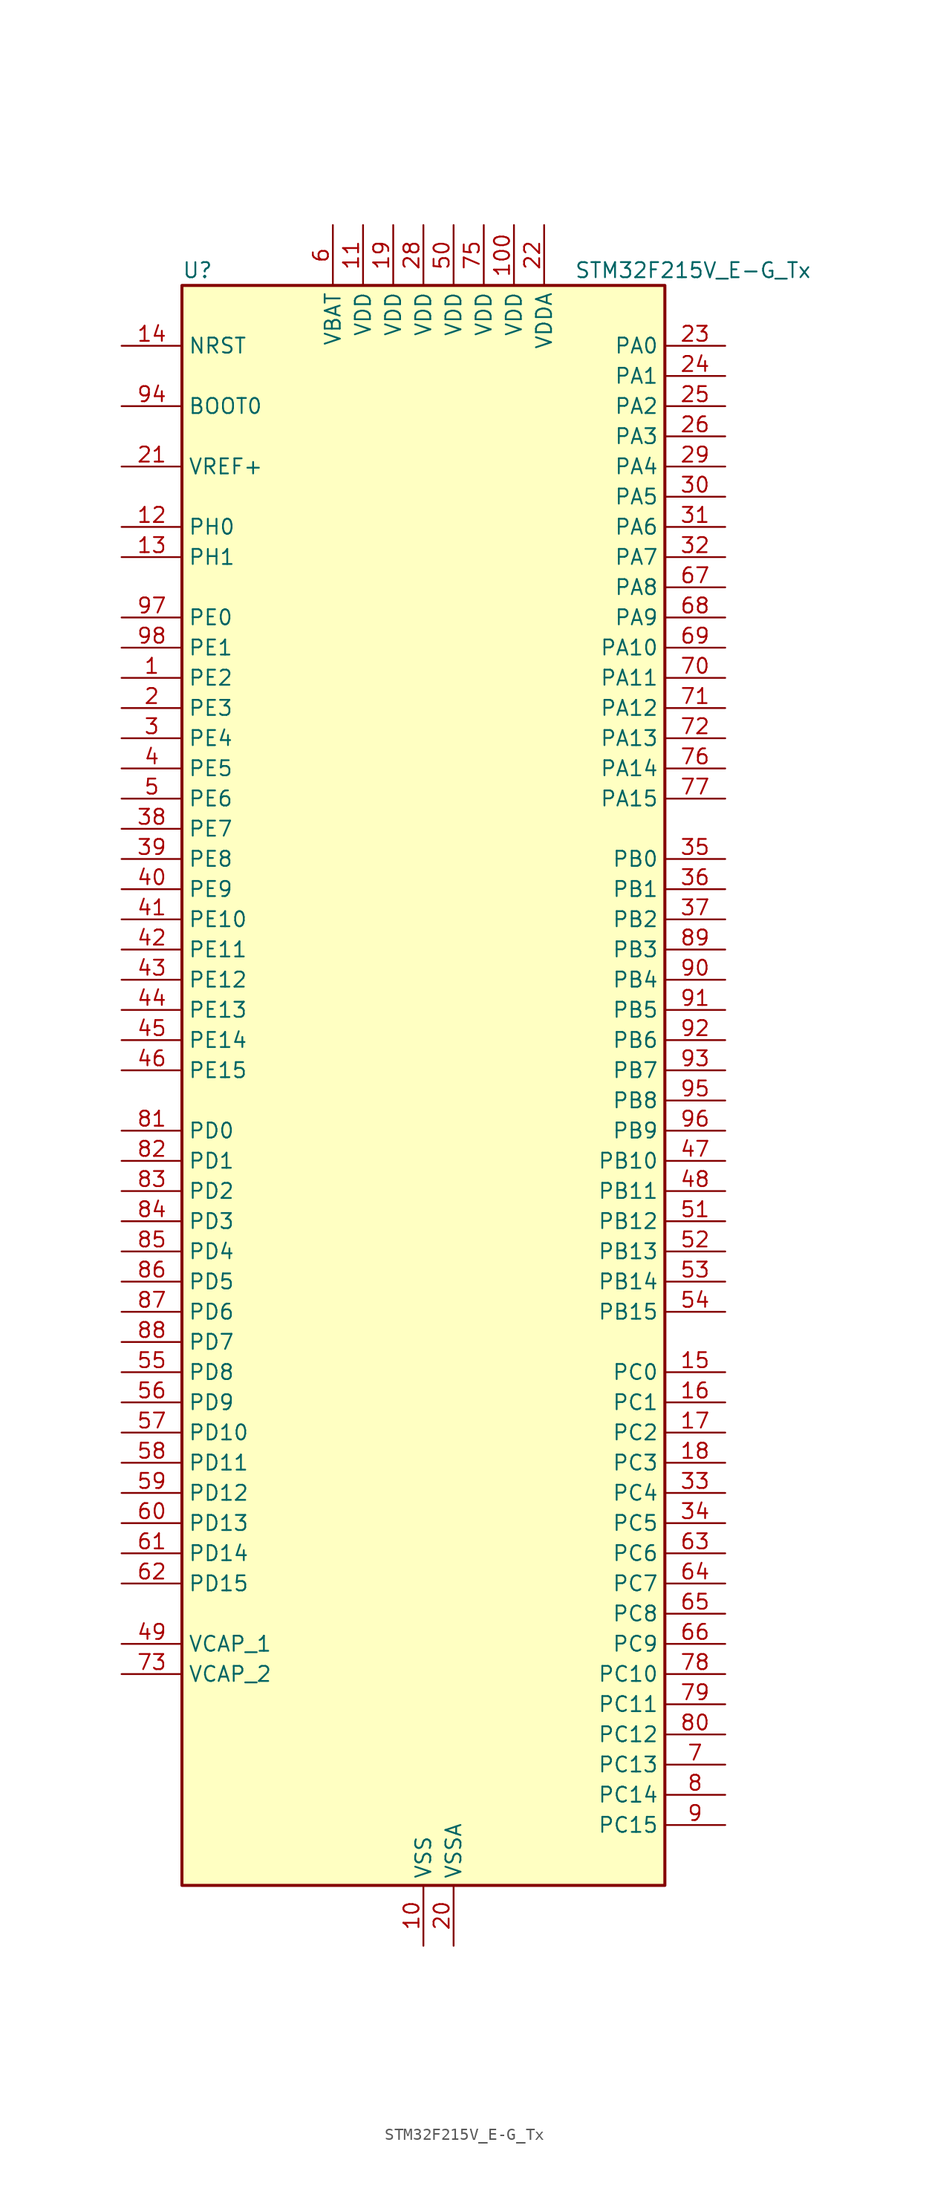
<source format=kicad_sym>
(kicad_symbol_lib
  (version 20241209)
  (generator "kicad_symbol_editor")
  (generator_version "9.0")
  (symbol "STM32F215V_E-G_Tx"
    (property "Reference" "U"
      (at -20.32 69.85 0)
      (effects (font (size 1.27 1.27)) (justify left)))
    (property "Value" "STM32F215V_E-G_Tx"
      (at 12.7 69.85 0)
      (effects (font (size 1.27 1.27)) (justify left)))
    (symbol "STM32F215V_E-G_Tx_0_1"
      (rectangle (start -20.32 -66.04) (end 20.32 68.58) (stroke (width 0.254) (type default)) (fill (type background))))
    (symbol "STM32F215V_E-G_Tx_1_1"
      (pin input line (at -25.4 63.5 0) (length 5.08) (name "NRST" (effects (font (size 1.27 1.27)))) (number "14" (effects (font (size 1.27 1.27)))))
      (pin input line (at -25.4 58.42 0) (length 5.08) (name "BOOT0" (effects (font (size 1.27 1.27)))) (number "94" (effects (font (size 1.27 1.27)))))
      (pin input line (at -25.4 53.34 0) (length 5.08) (name "VREF+" (effects (font (size 1.27 1.27)))) (number "21" (effects (font (size 1.27 1.27)))))
      (pin bidirectional line (at -25.4 48.26 0) (length 5.08) (name "PH0" (effects (font (size 1.27 1.27)))) (number "12" (effects (font (size 1.27 1.27)))) (alternate "RCC_OSC_IN" bidirectional line))
      (pin bidirectional line (at -25.4 45.72 0) (length 5.08) (name "PH1" (effects (font (size 1.27 1.27)))) (number "13" (effects (font (size 1.27 1.27)))) (alternate "RCC_OSC_OUT" bidirectional line))
      (pin bidirectional line (at -25.4 40.64 0) (length 5.08) (name "PE0" (effects (font (size 1.27 1.27)))) (number "97" (effects (font (size 1.27 1.27)))) (alternate "FSMC_NBL0" bidirectional line) (alternate "TIM4_ETR" bidirectional line))
      (pin bidirectional line (at -25.4 38.1 0) (length 5.08) (name "PE1" (effects (font (size 1.27 1.27)))) (number "98" (effects (font (size 1.27 1.27)))) (alternate "FSMC_NBL1" bidirectional line))
      (pin bidirectional line (at -25.4 35.56 0) (length 5.08) (name "PE2" (effects (font (size 1.27 1.27)))) (number "1" (effects (font (size 1.27 1.27)))) (alternate "FSMC_A23" bidirectional line) (alternate "SYS_TRACECLK" bidirectional line))
      (pin bidirectional line (at -25.4 33.02 0) (length 5.08) (name "PE3" (effects (font (size 1.27 1.27)))) (number "2" (effects (font (size 1.27 1.27)))) (alternate "FSMC_A19" bidirectional line) (alternate "SYS_TRACED0" bidirectional line))
      (pin bidirectional line (at -25.4 30.48 0) (length 5.08) (name "PE4" (effects (font (size 1.27 1.27)))) (number "3" (effects (font (size 1.27 1.27)))) (alternate "FSMC_A20" bidirectional line) (alternate "SYS_TRACED1" bidirectional line))
      (pin bidirectional line (at -25.4 27.94 0) (length 5.08) (name "PE5" (effects (font (size 1.27 1.27)))) (number "4" (effects (font (size 1.27 1.27)))) (alternate "FSMC_A21" bidirectional line) (alternate "SYS_TRACED2" bidirectional line) (alternate "TIM9_CH1" bidirectional line))
      (pin bidirectional line (at -25.4 25.4 0) (length 5.08) (name "PE6" (effects (font (size 1.27 1.27)))) (number "5" (effects (font (size 1.27 1.27)))) (alternate "FSMC_A22" bidirectional line) (alternate "SYS_TRACED3" bidirectional line) (alternate "TIM9_CH2" bidirectional line))
      (pin bidirectional line (at -25.4 22.86 0) (length 5.08) (name "PE7" (effects (font (size 1.27 1.27)))) (number "38" (effects (font (size 1.27 1.27)))) (alternate "FSMC_D4" bidirectional line) (alternate "FSMC_DA4" bidirectional line) (alternate "TIM1_ETR" bidirectional line))
      (pin bidirectional line (at -25.4 20.32 0) (length 5.08) (name "PE8" (effects (font (size 1.27 1.27)))) (number "39" (effects (font (size 1.27 1.27)))) (alternate "FSMC_D5" bidirectional line) (alternate "FSMC_DA5" bidirectional line) (alternate "TIM1_CH1N" bidirectional line))
      (pin bidirectional line (at -25.4 17.78 0) (length 5.08) (name "PE9" (effects (font (size 1.27 1.27)))) (number "40" (effects (font (size 1.27 1.27)))) (alternate "DAC_EXTI9" bidirectional line) (alternate "FSMC_D6" bidirectional line) (alternate "FSMC_DA6" bidirectional line) (alternate "TIM1_CH1" bidirectional line))
      (pin bidirectional line (at -25.4 15.24 0) (length 5.08) (name "PE10" (effects (font (size 1.27 1.27)))) (number "41" (effects (font (size 1.27 1.27)))) (alternate "FSMC_D7" bidirectional line) (alternate "FSMC_DA7" bidirectional line) (alternate "TIM1_CH2N" bidirectional line))
      (pin bidirectional line (at -25.4 12.7 0) (length 5.08) (name "PE11" (effects (font (size 1.27 1.27)))) (number "42" (effects (font (size 1.27 1.27)))) (alternate "ADC1_EXTI11" bidirectional line) (alternate "ADC2_EXTI11" bidirectional line) (alternate "ADC3_EXTI11" bidirectional line) (alternate "FSMC_D8" bidirectional line) (alternate "FSMC_DA8" bidirectional line) (alternate "TIM1_CH2" bidirectional line))
      (pin bidirectional line (at -25.4 10.16 0) (length 5.08) (name "PE12" (effects (font (size 1.27 1.27)))) (number "43" (effects (font (size 1.27 1.27)))) (alternate "FSMC_D9" bidirectional line) (alternate "FSMC_DA9" bidirectional line) (alternate "TIM1_CH3N" bidirectional line))
      (pin bidirectional line (at -25.4 7.62 0) (length 5.08) (name "PE13" (effects (font (size 1.27 1.27)))) (number "44" (effects (font (size 1.27 1.27)))) (alternate "FSMC_D10" bidirectional line) (alternate "FSMC_DA10" bidirectional line) (alternate "TIM1_CH3" bidirectional line))
      (pin bidirectional line (at -25.4 5.08 0) (length 5.08) (name "PE14" (effects (font (size 1.27 1.27)))) (number "45" (effects (font (size 1.27 1.27)))) (alternate "FSMC_D11" bidirectional line) (alternate "FSMC_DA11" bidirectional line) (alternate "TIM1_CH4" bidirectional line))
      (pin bidirectional line (at -25.4 2.54 0) (length 5.08) (name "PE15" (effects (font (size 1.27 1.27)))) (number "46" (effects (font (size 1.27 1.27)))) (alternate "ADC1_EXTI15" bidirectional line) (alternate "ADC2_EXTI15" bidirectional line) (alternate "ADC3_EXTI15" bidirectional line) (alternate "FSMC_D12" bidirectional line) (alternate "FSMC_DA12" bidirectional line) (alternate "TIM1_BKIN" bidirectional line))
      (pin bidirectional line (at -25.4 -2.54 0) (length 5.08) (name "PD0" (effects (font (size 1.27 1.27)))) (number "81" (effects (font (size 1.27 1.27)))) (alternate "CAN1_RX" bidirectional line) (alternate "FSMC_D2" bidirectional line) (alternate "FSMC_DA2" bidirectional line))
      (pin bidirectional line (at -25.4 -5.08 0) (length 5.08) (name "PD1" (effects (font (size 1.27 1.27)))) (number "82" (effects (font (size 1.27 1.27)))) (alternate "CAN1_TX" bidirectional line) (alternate "FSMC_D3" bidirectional line) (alternate "FSMC_DA3" bidirectional line))
      (pin bidirectional line (at -25.4 -7.62 0) (length 5.08) (name "PD2" (effects (font (size 1.27 1.27)))) (number "83" (effects (font (size 1.27 1.27)))) (alternate "SDIO_CMD" bidirectional line) (alternate "TIM3_ETR" bidirectional line) (alternate "UART5_RX" bidirectional line))
      (pin bidirectional line (at -25.4 -10.16 0) (length 5.08) (name "PD3" (effects (font (size 1.27 1.27)))) (number "84" (effects (font (size 1.27 1.27)))) (alternate "FSMC_CLK" bidirectional line) (alternate "USART2_CTS" bidirectional line))
      (pin bidirectional line (at -25.4 -12.7 0) (length 5.08) (name "PD4" (effects (font (size 1.27 1.27)))) (number "85" (effects (font (size 1.27 1.27)))) (alternate "FSMC_NOE" bidirectional line) (alternate "USART2_RTS" bidirectional line))
      (pin bidirectional line (at -25.4 -15.24 0) (length 5.08) (name "PD5" (effects (font (size 1.27 1.27)))) (number "86" (effects (font (size 1.27 1.27)))) (alternate "FSMC_NWE" bidirectional line) (alternate "USART2_TX" bidirectional line))
      (pin bidirectional line (at -25.4 -17.78 0) (length 5.08) (name "PD6" (effects (font (size 1.27 1.27)))) (number "87" (effects (font (size 1.27 1.27)))) (alternate "FSMC_NWAIT" bidirectional line) (alternate "USART2_RX" bidirectional line))
      (pin bidirectional line (at -25.4 -20.32 0) (length 5.08) (name "PD7" (effects (font (size 1.27 1.27)))) (number "88" (effects (font (size 1.27 1.27)))) (alternate "FSMC_NCE2" bidirectional line) (alternate "FSMC_NE1" bidirectional line) (alternate "USART2_CK" bidirectional line))
      (pin bidirectional line (at -25.4 -22.86 0) (length 5.08) (name "PD8" (effects (font (size 1.27 1.27)))) (number "55" (effects (font (size 1.27 1.27)))) (alternate "FSMC_D13" bidirectional line) (alternate "FSMC_DA13" bidirectional line) (alternate "USART3_TX" bidirectional line))
      (pin bidirectional line (at -25.4 -25.4 0) (length 5.08) (name "PD9" (effects (font (size 1.27 1.27)))) (number "56" (effects (font (size 1.27 1.27)))) (alternate "DAC_EXTI9" bidirectional line) (alternate "FSMC_D14" bidirectional line) (alternate "FSMC_DA14" bidirectional line) (alternate "USART3_RX" bidirectional line))
      (pin bidirectional line (at -25.4 -27.94 0) (length 5.08) (name "PD10" (effects (font (size 1.27 1.27)))) (number "57" (effects (font (size 1.27 1.27)))) (alternate "FSMC_D15" bidirectional line) (alternate "FSMC_DA15" bidirectional line) (alternate "USART3_CK" bidirectional line))
      (pin bidirectional line (at -25.4 -30.48 0) (length 5.08) (name "PD11" (effects (font (size 1.27 1.27)))) (number "58" (effects (font (size 1.27 1.27)))) (alternate "ADC1_EXTI11" bidirectional line) (alternate "ADC2_EXTI11" bidirectional line) (alternate "ADC3_EXTI11" bidirectional line) (alternate "FSMC_A16" bidirectional line) (alternate "FSMC_CLE" bidirectional line) (alternate "USART3_CTS" bidirectional line))
      (pin bidirectional line (at -25.4 -33.02 0) (length 5.08) (name "PD12" (effects (font (size 1.27 1.27)))) (number "59" (effects (font (size 1.27 1.27)))) (alternate "FSMC_A17" bidirectional line) (alternate "FSMC_ALE" bidirectional line) (alternate "TIM4_CH1" bidirectional line) (alternate "USART3_RTS" bidirectional line))
      (pin bidirectional line (at -25.4 -35.56 0) (length 5.08) (name "PD13" (effects (font (size 1.27 1.27)))) (number "60" (effects (font (size 1.27 1.27)))) (alternate "FSMC_A18" bidirectional line) (alternate "TIM4_CH2" bidirectional line))
      (pin bidirectional line (at -25.4 -38.1 0) (length 5.08) (name "PD14" (effects (font (size 1.27 1.27)))) (number "61" (effects (font (size 1.27 1.27)))) (alternate "FSMC_D0" bidirectional line) (alternate "FSMC_DA0" bidirectional line) (alternate "TIM4_CH3" bidirectional line))
      (pin bidirectional line (at -25.4 -40.64 0) (length 5.08) (name "PD15" (effects (font (size 1.27 1.27)))) (number "62" (effects (font (size 1.27 1.27)))) (alternate "ADC1_EXTI15" bidirectional line) (alternate "ADC2_EXTI15" bidirectional line) (alternate "ADC3_EXTI15" bidirectional line) (alternate "FSMC_D1" bidirectional line) (alternate "FSMC_DA1" bidirectional line) (alternate "TIM4_CH4" bidirectional line))
      (pin power_out line (at -25.4 -45.72 0) (length 5.08) (name "VCAP_1" (effects (font (size 1.27 1.27)))) (number "49" (effects (font (size 1.27 1.27)))))
      (pin power_out line (at -25.4 -48.26 0) (length 5.08) (name "VCAP_2" (effects (font (size 1.27 1.27)))) (number "73" (effects (font (size 1.27 1.27)))))
      (pin no_connect line (at -20.32 -66.04 0) (length 5.08) (hide yes) (name "RFU" (effects (font (size 1.27 1.27)))) (number "99" (effects (font (size 1.27 1.27)))))
      (pin power_in line (at -7.62 73.66 270) (length 5.08) (name "VBAT" (effects (font (size 1.27 1.27)))) (number "6" (effects (font (size 1.27 1.27)))))
      (pin power_in line (at -5.08 73.66 270) (length 5.08) (name "VDD" (effects (font (size 1.27 1.27)))) (number "11" (effects (font (size 1.27 1.27)))))
      (pin power_in line (at -2.54 73.66 270) (length 5.08) (name "VDD" (effects (font (size 1.27 1.27)))) (number "19" (effects (font (size 1.27 1.27)))))
      (pin power_in line (at 0 73.66 270) (length 5.08) (name "VDD" (effects (font (size 1.27 1.27)))) (number "28" (effects (font (size 1.27 1.27)))))
      (pin power_in line (at 0 -71.12 90) (length 5.08) (name "VSS" (effects (font (size 1.27 1.27)))) (number "10" (effects (font (size 1.27 1.27)))))
      (pin passive line (at 0 -71.12 90) (length 5.08) (hide yes) (name "VSS" (effects (font (size 1.27 1.27)))) (number "27" (effects (font (size 1.27 1.27)))))
      (pin passive line (at 0 -71.12 90) (length 5.08) (hide yes) (name "VSS" (effects (font (size 1.27 1.27)))) (number "74" (effects (font (size 1.27 1.27)))))
      (pin power_in line (at 2.54 73.66 270) (length 5.08) (name "VDD" (effects (font (size 1.27 1.27)))) (number "50" (effects (font (size 1.27 1.27)))))
      (pin power_in line (at 2.54 -71.12 90) (length 5.08) (name "VSSA" (effects (font (size 1.27 1.27)))) (number "20" (effects (font (size 1.27 1.27)))))
      (pin power_in line (at 5.08 73.66 270) (length 5.08) (name "VDD" (effects (font (size 1.27 1.27)))) (number "75" (effects (font (size 1.27 1.27)))))
      (pin power_in line (at 7.62 73.66 270) (length 5.08) (name "VDD" (effects (font (size 1.27 1.27)))) (number "100" (effects (font (size 1.27 1.27)))))
      (pin power_in line (at 10.16 73.66 270) (length 5.08) (name "VDDA" (effects (font (size 1.27 1.27)))) (number "22" (effects (font (size 1.27 1.27)))))
      (pin bidirectional line (at 25.4 63.5 180) (length 5.08) (name "PA0" (effects (font (size 1.27 1.27)))) (number "23" (effects (font (size 1.27 1.27)))) (alternate "ADC1_IN0" bidirectional line) (alternate "ADC2_IN0" bidirectional line) (alternate "ADC3_IN0" bidirectional line) (alternate "SYS_WKUP" bidirectional line) (alternate "TIM2_CH1" bidirectional line) (alternate "TIM2_ETR" bidirectional line) (alternate "TIM5_CH1" bidirectional line) (alternate "TIM8_ETR" bidirectional line) (alternate "UART4_TX" bidirectional line) (alternate "USART2_CTS" bidirectional line))
      (pin bidirectional line (at 25.4 60.96 180) (length 5.08) (name "PA1" (effects (font (size 1.27 1.27)))) (number "24" (effects (font (size 1.27 1.27)))) (alternate "ADC1_IN1" bidirectional line) (alternate "ADC2_IN1" bidirectional line) (alternate "ADC3_IN1" bidirectional line) (alternate "TIM2_CH2" bidirectional line) (alternate "TIM5_CH2" bidirectional line) (alternate "UART4_RX" bidirectional line) (alternate "USART2_RTS" bidirectional line))
      (pin bidirectional line (at 25.4 58.42 180) (length 5.08) (name "PA2" (effects (font (size 1.27 1.27)))) (number "25" (effects (font (size 1.27 1.27)))) (alternate "ADC1_IN2" bidirectional line) (alternate "ADC2_IN2" bidirectional line) (alternate "ADC3_IN2" bidirectional line) (alternate "TIM2_CH3" bidirectional line) (alternate "TIM5_CH3" bidirectional line) (alternate "TIM9_CH1" bidirectional line) (alternate "USART2_TX" bidirectional line))
      (pin bidirectional line (at 25.4 55.88 180) (length 5.08) (name "PA3" (effects (font (size 1.27 1.27)))) (number "26" (effects (font (size 1.27 1.27)))) (alternate "ADC1_IN3" bidirectional line) (alternate "ADC2_IN3" bidirectional line) (alternate "ADC3_IN3" bidirectional line) (alternate "TIM2_CH4" bidirectional line) (alternate "TIM5_CH4" bidirectional line) (alternate "TIM9_CH2" bidirectional line) (alternate "USART2_RX" bidirectional line) (alternate "USB_OTG_HS_ULPI_D0" bidirectional line))
      (pin bidirectional line (at 25.4 53.34 180) (length 5.08) (name "PA4" (effects (font (size 1.27 1.27)))) (number "29" (effects (font (size 1.27 1.27)))) (alternate "ADC1_IN4" bidirectional line) (alternate "ADC2_IN4" bidirectional line) (alternate "DAC_OUT1" bidirectional line) (alternate "I2S3_WS" bidirectional line) (alternate "SPI1_NSS" bidirectional line) (alternate "SPI3_NSS" bidirectional line) (alternate "USART2_CK" bidirectional line) (alternate "USB_OTG_HS_SOF" bidirectional line))
      (pin bidirectional line (at 25.4 50.8 180) (length 5.08) (name "PA5" (effects (font (size 1.27 1.27)))) (number "30" (effects (font (size 1.27 1.27)))) (alternate "ADC1_IN5" bidirectional line) (alternate "ADC2_IN5" bidirectional line) (alternate "DAC_OUT2" bidirectional line) (alternate "SPI1_SCK" bidirectional line) (alternate "TIM2_CH1" bidirectional line) (alternate "TIM2_ETR" bidirectional line) (alternate "TIM8_CH1N" bidirectional line) (alternate "USB_OTG_HS_ULPI_CK" bidirectional line))
      (pin bidirectional line (at 25.4 48.26 180) (length 5.08) (name "PA6" (effects (font (size 1.27 1.27)))) (number "31" (effects (font (size 1.27 1.27)))) (alternate "ADC1_IN6" bidirectional line) (alternate "ADC2_IN6" bidirectional line) (alternate "SPI1_MISO" bidirectional line) (alternate "TIM13_CH1" bidirectional line) (alternate "TIM1_BKIN" bidirectional line) (alternate "TIM3_CH1" bidirectional line) (alternate "TIM8_BKIN" bidirectional line))
      (pin bidirectional line (at 25.4 45.72 180) (length 5.08) (name "PA7" (effects (font (size 1.27 1.27)))) (number "32" (effects (font (size 1.27 1.27)))) (alternate "ADC1_IN7" bidirectional line) (alternate "ADC2_IN7" bidirectional line) (alternate "SPI1_MOSI" bidirectional line) (alternate "TIM14_CH1" bidirectional line) (alternate "TIM1_CH1N" bidirectional line) (alternate "TIM3_CH2" bidirectional line) (alternate "TIM8_CH1N" bidirectional line))
      (pin bidirectional line (at 25.4 43.18 180) (length 5.08) (name "PA8" (effects (font (size 1.27 1.27)))) (number "67" (effects (font (size 1.27 1.27)))) (alternate "I2C3_SCL" bidirectional line) (alternate "RCC_MCO_1" bidirectional line) (alternate "TIM1_CH1" bidirectional line) (alternate "USART1_CK" bidirectional line) (alternate "USB_OTG_FS_SOF" bidirectional line))
      (pin bidirectional line (at 25.4 40.64 180) (length 5.08) (name "PA9" (effects (font (size 1.27 1.27)))) (number "68" (effects (font (size 1.27 1.27)))) (alternate "DAC_EXTI9" bidirectional line) (alternate "I2C3_SMBA" bidirectional line) (alternate "TIM1_CH2" bidirectional line) (alternate "USART1_TX" bidirectional line) (alternate "USB_OTG_FS_VBUS" bidirectional line))
      (pin bidirectional line (at 25.4 38.1 180) (length 5.08) (name "PA10" (effects (font (size 1.27 1.27)))) (number "69" (effects (font (size 1.27 1.27)))) (alternate "TIM1_CH3" bidirectional line) (alternate "USART1_RX" bidirectional line) (alternate "USB_OTG_FS_ID" bidirectional line))
      (pin bidirectional line (at 25.4 35.56 180) (length 5.08) (name "PA11" (effects (font (size 1.27 1.27)))) (number "70" (effects (font (size 1.27 1.27)))) (alternate "ADC1_EXTI11" bidirectional line) (alternate "ADC2_EXTI11" bidirectional line) (alternate "ADC3_EXTI11" bidirectional line) (alternate "CAN1_RX" bidirectional line) (alternate "TIM1_CH4" bidirectional line) (alternate "USART1_CTS" bidirectional line) (alternate "USB_OTG_FS_DM" bidirectional line))
      (pin bidirectional line (at 25.4 33.02 180) (length 5.08) (name "PA12" (effects (font (size 1.27 1.27)))) (number "71" (effects (font (size 1.27 1.27)))) (alternate "CAN1_TX" bidirectional line) (alternate "TIM1_ETR" bidirectional line) (alternate "USART1_RTS" bidirectional line) (alternate "USB_OTG_FS_DP" bidirectional line))
      (pin bidirectional line (at 25.4 30.48 180) (length 5.08) (name "PA13" (effects (font (size 1.27 1.27)))) (number "72" (effects (font (size 1.27 1.27)))) (alternate "SYS_JTMS-SWDIO" bidirectional line))
      (pin bidirectional line (at 25.4 27.94 180) (length 5.08) (name "PA14" (effects (font (size 1.27 1.27)))) (number "76" (effects (font (size 1.27 1.27)))) (alternate "SYS_JTCK-SWCLK" bidirectional line))
      (pin bidirectional line (at 25.4 25.4 180) (length 5.08) (name "PA15" (effects (font (size 1.27 1.27)))) (number "77" (effects (font (size 1.27 1.27)))) (alternate "ADC1_EXTI15" bidirectional line) (alternate "ADC2_EXTI15" bidirectional line) (alternate "ADC3_EXTI15" bidirectional line) (alternate "I2S3_WS" bidirectional line) (alternate "SPI1_NSS" bidirectional line) (alternate "SPI3_NSS" bidirectional line) (alternate "SYS_JTDI" bidirectional line) (alternate "TIM2_CH1" bidirectional line) (alternate "TIM2_ETR" bidirectional line))
      (pin bidirectional line (at 25.4 20.32 180) (length 5.08) (name "PB0" (effects (font (size 1.27 1.27)))) (number "35" (effects (font (size 1.27 1.27)))) (alternate "ADC1_IN8" bidirectional line) (alternate "ADC2_IN8" bidirectional line) (alternate "TIM1_CH2N" bidirectional line) (alternate "TIM3_CH3" bidirectional line) (alternate "TIM8_CH2N" bidirectional line) (alternate "USB_OTG_HS_ULPI_D1" bidirectional line))
      (pin bidirectional line (at 25.4 17.78 180) (length 5.08) (name "PB1" (effects (font (size 1.27 1.27)))) (number "36" (effects (font (size 1.27 1.27)))) (alternate "ADC1_IN9" bidirectional line) (alternate "ADC2_IN9" bidirectional line) (alternate "TIM1_CH3N" bidirectional line) (alternate "TIM3_CH4" bidirectional line) (alternate "TIM8_CH3N" bidirectional line) (alternate "USB_OTG_HS_ULPI_D2" bidirectional line))
      (pin bidirectional line (at 25.4 15.24 180) (length 5.08) (name "PB2" (effects (font (size 1.27 1.27)))) (number "37" (effects (font (size 1.27 1.27)))))
      (pin bidirectional line (at 25.4 12.7 180) (length 5.08) (name "PB3" (effects (font (size 1.27 1.27)))) (number "89" (effects (font (size 1.27 1.27)))) (alternate "I2S3_SCK" bidirectional line) (alternate "SPI1_SCK" bidirectional line) (alternate "SPI3_SCK" bidirectional line) (alternate "SYS_JTDO-SWO" bidirectional line) (alternate "TIM2_CH2" bidirectional line))
      (pin bidirectional line (at 25.4 10.16 180) (length 5.08) (name "PB4" (effects (font (size 1.27 1.27)))) (number "90" (effects (font (size 1.27 1.27)))) (alternate "SPI1_MISO" bidirectional line) (alternate "SPI3_MISO" bidirectional line) (alternate "SYS_JTRST" bidirectional line) (alternate "TIM3_CH1" bidirectional line))
      (pin bidirectional line (at 25.4 7.62 180) (length 5.08) (name "PB5" (effects (font (size 1.27 1.27)))) (number "91" (effects (font (size 1.27 1.27)))) (alternate "CAN2_RX" bidirectional line) (alternate "I2C1_SMBA" bidirectional line) (alternate "I2S3_SD" bidirectional line) (alternate "SPI1_MOSI" bidirectional line) (alternate "SPI3_MOSI" bidirectional line) (alternate "TIM3_CH2" bidirectional line) (alternate "USB_OTG_HS_ULPI_D7" bidirectional line))
      (pin bidirectional line (at 25.4 5.08 180) (length 5.08) (name "PB6" (effects (font (size 1.27 1.27)))) (number "92" (effects (font (size 1.27 1.27)))) (alternate "CAN2_TX" bidirectional line) (alternate "I2C1_SCL" bidirectional line) (alternate "TIM4_CH1" bidirectional line) (alternate "USART1_TX" bidirectional line))
      (pin bidirectional line (at 25.4 2.54 180) (length 5.08) (name "PB7" (effects (font (size 1.27 1.27)))) (number "93" (effects (font (size 1.27 1.27)))) (alternate "FSMC_NL" bidirectional line) (alternate "I2C1_SDA" bidirectional line) (alternate "TIM4_CH2" bidirectional line) (alternate "USART1_RX" bidirectional line))
      (pin bidirectional line (at 25.4 0 180) (length 5.08) (name "PB8" (effects (font (size 1.27 1.27)))) (number "95" (effects (font (size 1.27 1.27)))) (alternate "CAN1_RX" bidirectional line) (alternate "I2C1_SCL" bidirectional line) (alternate "SDIO_D4" bidirectional line) (alternate "TIM10_CH1" bidirectional line) (alternate "TIM4_CH3" bidirectional line))
      (pin bidirectional line (at 25.4 -2.54 180) (length 5.08) (name "PB9" (effects (font (size 1.27 1.27)))) (number "96" (effects (font (size 1.27 1.27)))) (alternate "CAN1_TX" bidirectional line) (alternate "DAC_EXTI9" bidirectional line) (alternate "I2C1_SDA" bidirectional line) (alternate "I2S2_WS" bidirectional line) (alternate "SDIO_D5" bidirectional line) (alternate "SPI2_NSS" bidirectional line) (alternate "TIM11_CH1" bidirectional line) (alternate "TIM4_CH4" bidirectional line))
      (pin bidirectional line (at 25.4 -5.08 180) (length 5.08) (name "PB10" (effects (font (size 1.27 1.27)))) (number "47" (effects (font (size 1.27 1.27)))) (alternate "I2C2_SCL" bidirectional line) (alternate "I2S2_SCK" bidirectional line) (alternate "SPI2_SCK" bidirectional line) (alternate "TIM2_CH3" bidirectional line) (alternate "USART3_TX" bidirectional line) (alternate "USB_OTG_HS_ULPI_D3" bidirectional line))
      (pin bidirectional line (at 25.4 -7.62 180) (length 5.08) (name "PB11" (effects (font (size 1.27 1.27)))) (number "48" (effects (font (size 1.27 1.27)))) (alternate "ADC1_EXTI11" bidirectional line) (alternate "ADC2_EXTI11" bidirectional line) (alternate "ADC3_EXTI11" bidirectional line) (alternate "I2C2_SDA" bidirectional line) (alternate "TIM2_CH4" bidirectional line) (alternate "USART3_RX" bidirectional line) (alternate "USB_OTG_HS_ULPI_D4" bidirectional line))
      (pin bidirectional line (at 25.4 -10.16 180) (length 5.08) (name "PB12" (effects (font (size 1.27 1.27)))) (number "51" (effects (font (size 1.27 1.27)))) (alternate "CAN2_RX" bidirectional line) (alternate "I2C2_SMBA" bidirectional line) (alternate "I2S2_WS" bidirectional line) (alternate "SPI2_NSS" bidirectional line) (alternate "TIM1_BKIN" bidirectional line) (alternate "USART3_CK" bidirectional line) (alternate "USB_OTG_HS_ID" bidirectional line) (alternate "USB_OTG_HS_ULPI_D5" bidirectional line))
      (pin bidirectional line (at 25.4 -12.7 180) (length 5.08) (name "PB13" (effects (font (size 1.27 1.27)))) (number "52" (effects (font (size 1.27 1.27)))) (alternate "CAN2_TX" bidirectional line) (alternate "I2S2_SCK" bidirectional line) (alternate "SPI2_SCK" bidirectional line) (alternate "TIM1_CH1N" bidirectional line) (alternate "USART3_CTS" bidirectional line) (alternate "USB_OTG_HS_ULPI_D6" bidirectional line) (alternate "USB_OTG_HS_VBUS" bidirectional line))
      (pin bidirectional line (at 25.4 -15.24 180) (length 5.08) (name "PB14" (effects (font (size 1.27 1.27)))) (number "53" (effects (font (size 1.27 1.27)))) (alternate "SPI2_MISO" bidirectional line) (alternate "TIM12_CH1" bidirectional line) (alternate "TIM1_CH2N" bidirectional line) (alternate "TIM8_CH2N" bidirectional line) (alternate "USART3_RTS" bidirectional line) (alternate "USB_OTG_HS_DM" bidirectional line))
      (pin bidirectional line (at 25.4 -17.78 180) (length 5.08) (name "PB15" (effects (font (size 1.27 1.27)))) (number "54" (effects (font (size 1.27 1.27)))) (alternate "ADC1_EXTI15" bidirectional line) (alternate "ADC2_EXTI15" bidirectional line) (alternate "ADC3_EXTI15" bidirectional line) (alternate "I2S2_SD" bidirectional line) (alternate "RTC_REFIN" bidirectional line) (alternate "SPI2_MOSI" bidirectional line) (alternate "TIM12_CH2" bidirectional line) (alternate "TIM1_CH3N" bidirectional line) (alternate "TIM8_CH3N" bidirectional line) (alternate "USB_OTG_HS_DP" bidirectional line))
      (pin bidirectional line (at 25.4 -22.86 180) (length 5.08) (name "PC0" (effects (font (size 1.27 1.27)))) (number "15" (effects (font (size 1.27 1.27)))) (alternate "ADC1_IN10" bidirectional line) (alternate "ADC2_IN10" bidirectional line) (alternate "ADC3_IN10" bidirectional line) (alternate "USB_OTG_HS_ULPI_STP" bidirectional line))
      (pin bidirectional line (at 25.4 -25.4 180) (length 5.08) (name "PC1" (effects (font (size 1.27 1.27)))) (number "16" (effects (font (size 1.27 1.27)))) (alternate "ADC1_IN11" bidirectional line) (alternate "ADC2_IN11" bidirectional line) (alternate "ADC3_IN11" bidirectional line))
      (pin bidirectional line (at 25.4 -27.94 180) (length 5.08) (name "PC2" (effects (font (size 1.27 1.27)))) (number "17" (effects (font (size 1.27 1.27)))) (alternate "ADC1_IN12" bidirectional line) (alternate "ADC2_IN12" bidirectional line) (alternate "ADC3_IN12" bidirectional line) (alternate "SPI2_MISO" bidirectional line) (alternate "USB_OTG_HS_ULPI_DIR" bidirectional line))
      (pin bidirectional line (at 25.4 -30.48 180) (length 5.08) (name "PC3" (effects (font (size 1.27 1.27)))) (number "18" (effects (font (size 1.27 1.27)))) (alternate "ADC1_IN13" bidirectional line) (alternate "ADC2_IN13" bidirectional line) (alternate "ADC3_IN13" bidirectional line) (alternate "I2S2_SD" bidirectional line) (alternate "SPI2_MOSI" bidirectional line) (alternate "USB_OTG_HS_ULPI_NXT" bidirectional line))
      (pin bidirectional line (at 25.4 -33.02 180) (length 5.08) (name "PC4" (effects (font (size 1.27 1.27)))) (number "33" (effects (font (size 1.27 1.27)))) (alternate "ADC1_IN14" bidirectional line) (alternate "ADC2_IN14" bidirectional line))
      (pin bidirectional line (at 25.4 -35.56 180) (length 5.08) (name "PC5" (effects (font (size 1.27 1.27)))) (number "34" (effects (font (size 1.27 1.27)))) (alternate "ADC1_IN15" bidirectional line) (alternate "ADC2_IN15" bidirectional line))
      (pin bidirectional line (at 25.4 -38.1 180) (length 5.08) (name "PC6" (effects (font (size 1.27 1.27)))) (number "63" (effects (font (size 1.27 1.27)))) (alternate "I2S2_MCK" bidirectional line) (alternate "SDIO_D6" bidirectional line) (alternate "TIM3_CH1" bidirectional line) (alternate "TIM8_CH1" bidirectional line) (alternate "USART6_TX" bidirectional line))
      (pin bidirectional line (at 25.4 -40.64 180) (length 5.08) (name "PC7" (effects (font (size 1.27 1.27)))) (number "64" (effects (font (size 1.27 1.27)))) (alternate "I2S3_MCK" bidirectional line) (alternate "SDIO_D7" bidirectional line) (alternate "TIM3_CH2" bidirectional line) (alternate "TIM8_CH2" bidirectional line) (alternate "USART6_RX" bidirectional line))
      (pin bidirectional line (at 25.4 -43.18 180) (length 5.08) (name "PC8" (effects (font (size 1.27 1.27)))) (number "65" (effects (font (size 1.27 1.27)))) (alternate "SDIO_D0" bidirectional line) (alternate "TIM3_CH3" bidirectional line) (alternate "TIM8_CH3" bidirectional line) (alternate "USART6_CK" bidirectional line))
      (pin bidirectional line (at 25.4 -45.72 180) (length 5.08) (name "PC9" (effects (font (size 1.27 1.27)))) (number "66" (effects (font (size 1.27 1.27)))) (alternate "DAC_EXTI9" bidirectional line) (alternate "I2C3_SDA" bidirectional line) (alternate "I2S_CKIN" bidirectional line) (alternate "RCC_MCO_2" bidirectional line) (alternate "SDIO_D1" bidirectional line) (alternate "TIM3_CH4" bidirectional line) (alternate "TIM8_CH4" bidirectional line))
      (pin bidirectional line (at 25.4 -48.26 180) (length 5.08) (name "PC10" (effects (font (size 1.27 1.27)))) (number "78" (effects (font (size 1.27 1.27)))) (alternate "I2S3_SCK" bidirectional line) (alternate "SDIO_D2" bidirectional line) (alternate "SPI3_SCK" bidirectional line) (alternate "UART4_TX" bidirectional line) (alternate "USART3_TX" bidirectional line))
      (pin bidirectional line (at 25.4 -50.8 180) (length 5.08) (name "PC11" (effects (font (size 1.27 1.27)))) (number "79" (effects (font (size 1.27 1.27)))) (alternate "ADC1_EXTI11" bidirectional line) (alternate "ADC2_EXTI11" bidirectional line) (alternate "ADC3_EXTI11" bidirectional line) (alternate "SDIO_D3" bidirectional line) (alternate "SPI3_MISO" bidirectional line) (alternate "UART4_RX" bidirectional line) (alternate "USART3_RX" bidirectional line))
      (pin bidirectional line (at 25.4 -53.34 180) (length 5.08) (name "PC12" (effects (font (size 1.27 1.27)))) (number "80" (effects (font (size 1.27 1.27)))) (alternate "I2S3_SD" bidirectional line) (alternate "SDIO_CK" bidirectional line) (alternate "SPI3_MOSI" bidirectional line) (alternate "UART5_TX" bidirectional line) (alternate "USART3_CK" bidirectional line))
      (pin bidirectional line (at 25.4 -55.88 180) (length 5.08) (name "PC13" (effects (font (size 1.27 1.27)))) (number "7" (effects (font (size 1.27 1.27)))) (alternate "RTC_AF1" bidirectional line))
      (pin bidirectional line (at 25.4 -58.42 180) (length 5.08) (name "PC14" (effects (font (size 1.27 1.27)))) (number "8" (effects (font (size 1.27 1.27)))) (alternate "RCC_OSC32_IN" bidirectional line))
      (pin bidirectional line (at 25.4 -60.96 180) (length 5.08) (name "PC15" (effects (font (size 1.27 1.27)))) (number "9" (effects (font (size 1.27 1.27)))) (alternate "ADC1_EXTI15" bidirectional line) (alternate "ADC2_EXTI15" bidirectional line) (alternate "ADC3_EXTI15" bidirectional line) (alternate "RCC_OSC32_OUT" bidirectional line)))))
</source>
